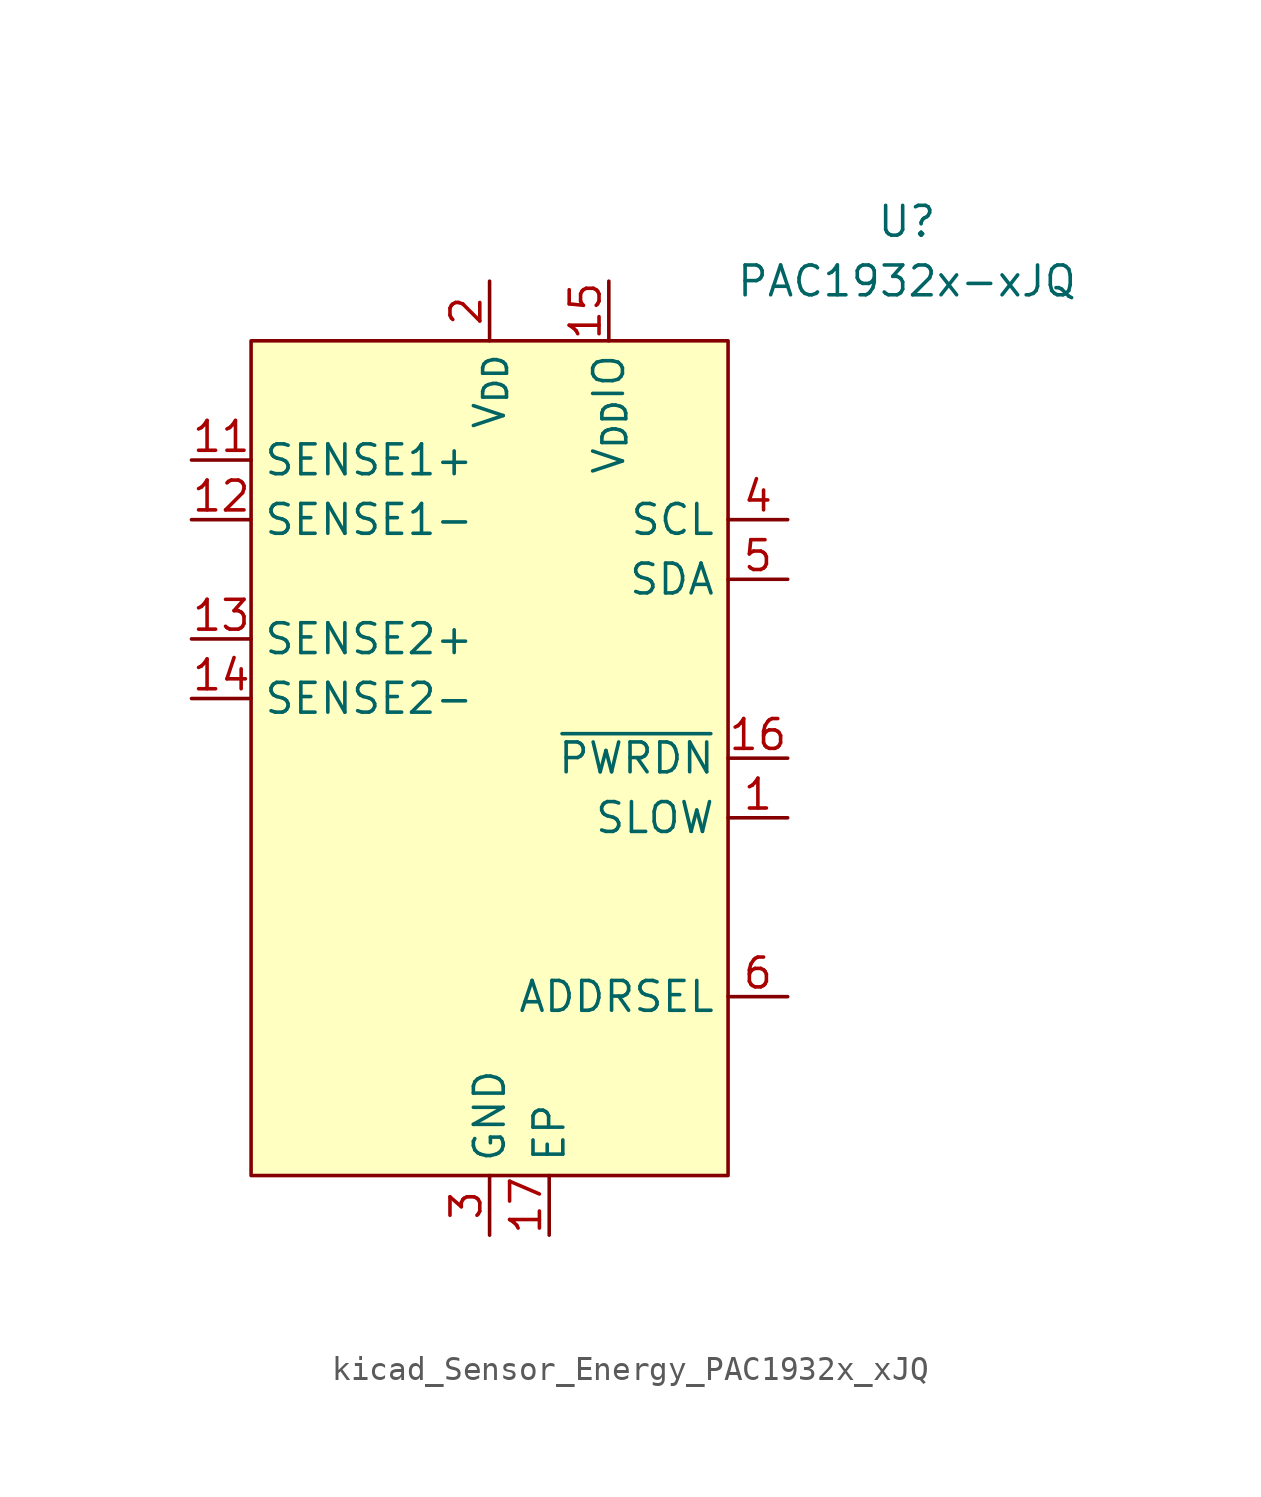
<source format=kicad_sym>
(kicad_symbol_lib
  (version 20220914)
  (generator kicad_symbol_editor)
  (symbol "kicad_Sensor_Energy_PAC1932x_xJQ"
    (property "Reference" "U"
      (at 17.78 22.86 0)
      (effects (font (size 1.27 1.27))))
    (property "Value" "PAC1932x-xJQ"
      (at 17.78 20.32 0)
      (effects (font (size 1.27 1.27))))
    (symbol "kicad_Sensor_Energy_PAC1932x_xJQ_0_0"
      (pin input line (at 12.7 -2.54 180) (length 2.54) (name "SLOW" (effects (font (size 1.27 1.27)))) (number "1" (effects (font (size 1.27 1.27)))) (alternate "~{ALERT1}" open_collector line))
      (pin passive line (at 0 -20.32 90) (length 2.54) hide (name "GND" (effects (font (size 1.27 1.27)))) (number "10" (effects (font (size 1.27 1.27)))))
      (pin input line (at -12.7 12.7 0) (length 2.54) (name "SENSE1+" (effects (font (size 1.27 1.27)))) (number "11" (effects (font (size 1.27 1.27)))))
      (pin input line (at -12.7 10.16 0) (length 2.54) (name "SENSE1-" (effects (font (size 1.27 1.27)))) (number "12" (effects (font (size 1.27 1.27)))))
      (pin input line (at -12.7 5.08 0) (length 2.54) (name "SENSE2+" (effects (font (size 1.27 1.27)))) (number "13" (effects (font (size 1.27 1.27)))))
      (pin input line (at -12.7 2.54 0) (length 2.54) (name "SENSE2-" (effects (font (size 1.27 1.27)))) (number "14" (effects (font (size 1.27 1.27)))))
      (pin input line (at 5.08 20.32 270) (length 2.54) (name "V_{DD}IO" (effects (font (size 1.27 1.27)))) (number "15" (effects (font (size 1.27 1.27)))))
      (pin input line (at 12.7 0 180) (length 2.54) (name "~{PWRDN}" (effects (font (size 1.27 1.27)))) (number "16" (effects (font (size 1.27 1.27)))))
      (pin passive line (at 2.54 -20.32 90) (length 2.54) (name "EP" (effects (font (size 1.27 1.27)))) (number "17" (effects (font (size 1.27 1.27)))))
      (pin power_in line (at 0 20.32 270) (length 2.54) (name "V_{DD}" (effects (font (size 1.27 1.27)))) (number "2" (effects (font (size 1.27 1.27)))))
      (pin power_in line (at 0 -20.32 90) (length 2.54) (name "GND" (effects (font (size 1.27 1.27)))) (number "3" (effects (font (size 1.27 1.27)))))
      (pin input line (at 12.7 10.16 180) (length 2.54) (name "SCL" (effects (font (size 1.27 1.27)))) (number "4" (effects (font (size 1.27 1.27)))) (alternate "SM_CLK" input line))
      (pin bidirectional line (at 12.7 7.62 180) (length 2.54) (name "SDA" (effects (font (size 1.27 1.27)))) (number "5" (effects (font (size 1.27 1.27)))) (alternate "SM_DATA" bidirectional line))
      (pin passive line (at 12.7 -10.16 180) (length 2.54) (name "ADDRSEL" (effects (font (size 1.27 1.27)))) (number "6" (effects (font (size 1.27 1.27)))))
      (pin passive line (at 0 -20.32 90) (length 2.54) hide (name "GND" (effects (font (size 1.27 1.27)))) (number "7" (effects (font (size 1.27 1.27)))))
      (pin passive line (at 0 -20.32 90) (length 2.54) hide (name "GND" (effects (font (size 1.27 1.27)))) (number "8" (effects (font (size 1.27 1.27)))))
      (pin passive line (at 0 -20.32 90) (length 2.54) hide (name "GND" (effects (font (size 1.27 1.27)))) (number "9" (effects (font (size 1.27 1.27))))))
    (symbol "kicad_Sensor_Energy_PAC1932x_xJQ_0_1"
      (rectangle (start -10.16 17.78) (end 10.16 -17.78) (stroke (width 0) (type default)) (fill (type background))))))
</source>
